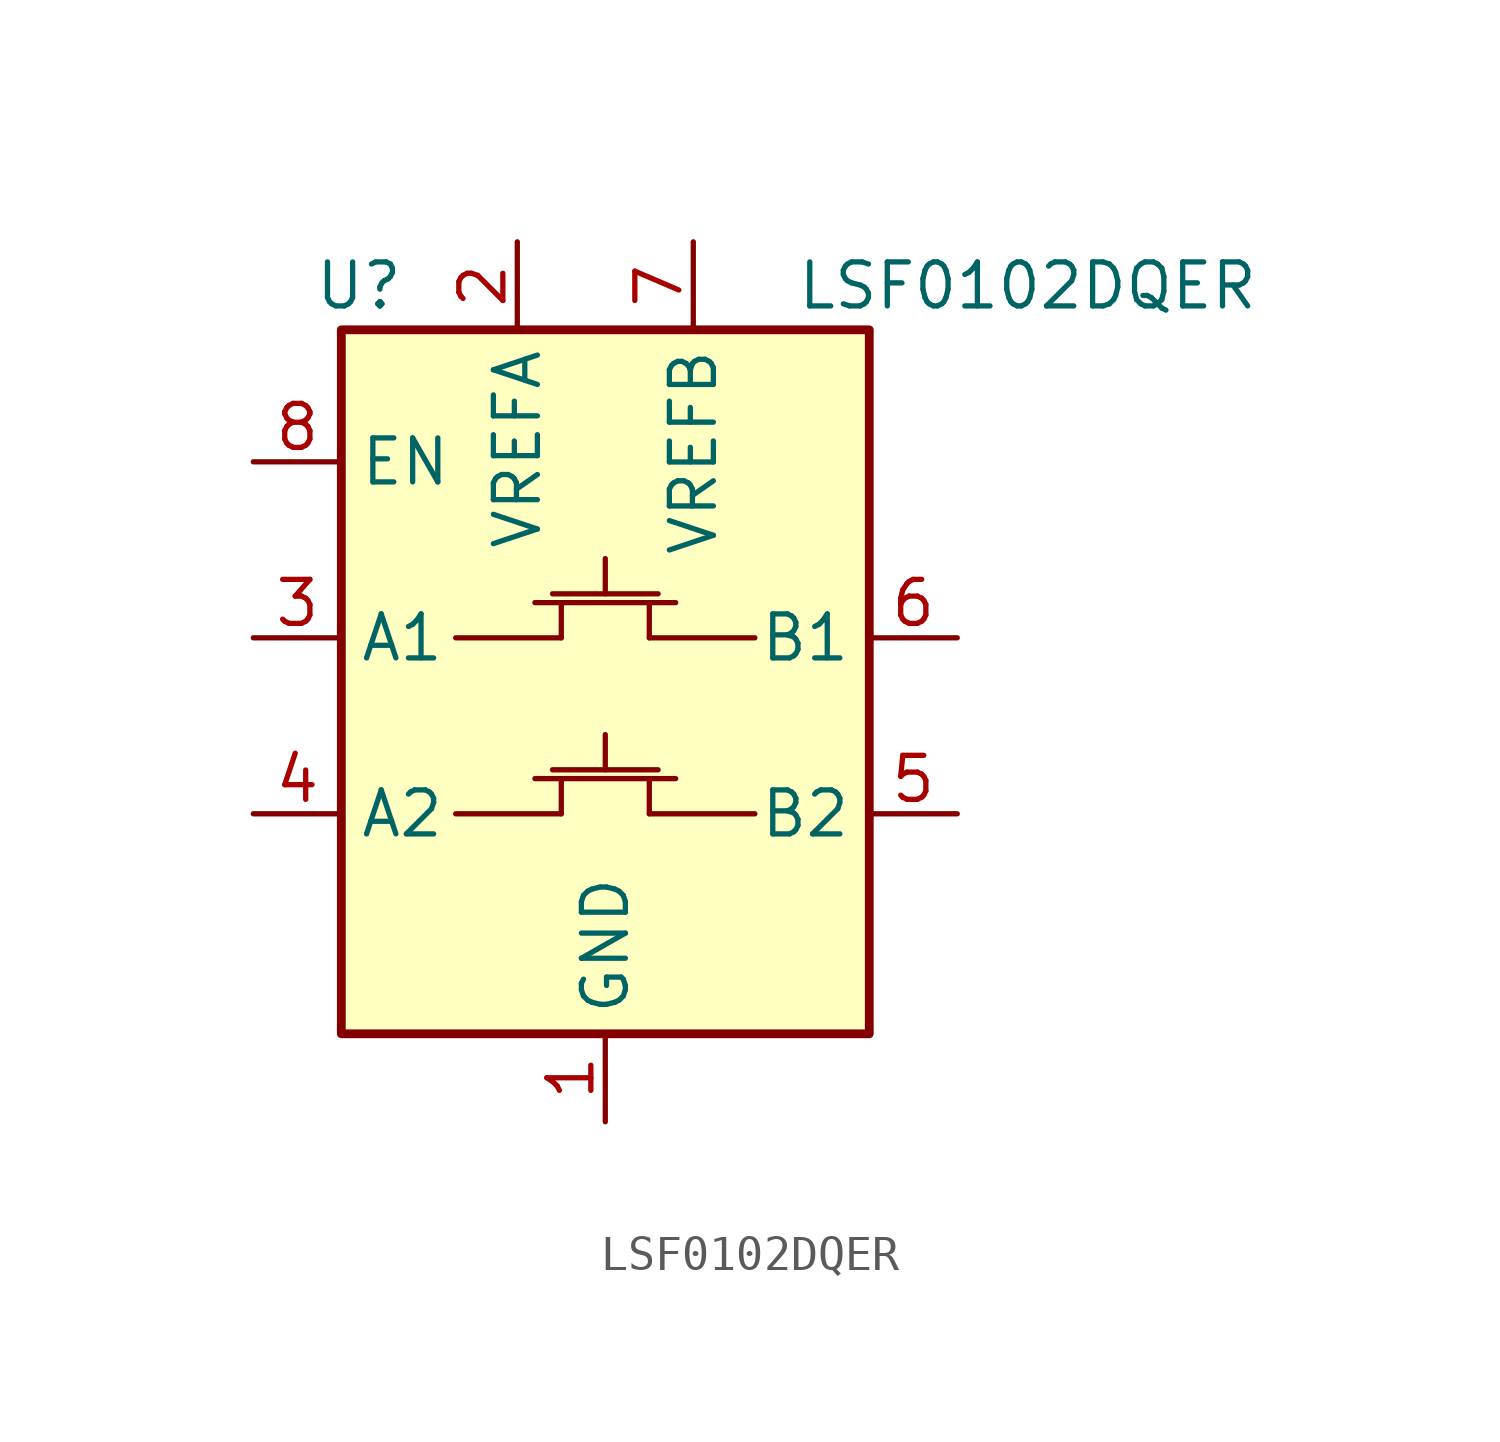
<source format=kicad_sym>
(kicad_symbol_lib
  (version 20241209)
  (generator "kicad_symbol_editor")
  (generator_version "9.0")
  (symbol "LSF0102DQER"
    (property "Reference" "U"
      (at -7.112 38.1 0)
      (effects (font (size 1.27 1.27))))
    (property "Value" "LSF0102DQER"
      (at 12.192 38.1 0)
      (effects (font (size 1.27 1.27))))
    (symbol "LSF0102DQER_0_1"
      (rectangle (start -7.62 36.83) (end 7.62 16.51) (stroke (width 0.254) (type default)) (fill (type background)))
      (polyline (pts (xy -4.318 22.86) (xy -1.27 22.86)) (stroke (width 0) (type default)) (fill (type none)))
      (polyline (pts (xy -2.032 23.876) (xy 2.032 23.876)) (stroke (width 0) (type default)) (fill (type none)))
      (polyline (pts (xy -1.524 24.13) (xy 1.524 24.13)) (stroke (width 0) (type default)) (fill (type none)))
      (polyline (pts (xy -1.27 22.86) (xy -1.27 23.876)) (stroke (width 0) (type default)) (fill (type none)))
      (polyline (pts (xy 0 24.13) (xy 0 25.146)) (stroke (width 0) (type default)) (fill (type none)))
      (polyline (pts (xy 1.27 22.86) (xy 1.27 23.876)) (stroke (width 0) (type default)) (fill (type none)))
      (polyline (pts (xy 4.318 22.86) (xy 1.27 22.86)) (stroke (width 0) (type default)) (fill (type none))))
    (symbol "LSF0102DQER_1_1"
      (polyline (pts (xy -4.318 27.94) (xy -1.27 27.94)) (stroke (width 0) (type default)) (fill (type none)))
      (polyline (pts (xy -2.032 28.956) (xy 2.032 28.956)) (stroke (width 0) (type default)) (fill (type none)))
      (polyline (pts (xy -1.524 29.21) (xy 1.524 29.21)) (stroke (width 0) (type default)) (fill (type none)))
      (polyline (pts (xy -1.27 27.94) (xy -1.27 28.956)) (stroke (width 0) (type default)) (fill (type none)))
      (polyline (pts (xy 0 29.21) (xy 0 30.226)) (stroke (width 0) (type default)) (fill (type none)))
      (polyline (pts (xy 1.27 27.94) (xy 1.27 28.956)) (stroke (width 0) (type default)) (fill (type none)))
      (polyline (pts (xy 4.318 27.94) (xy 1.27 27.94)) (stroke (width 0) (type default)) (fill (type none)))
      (pin input line (at -10.16 33.02 0) (length 2.54) (name "EN" (effects (font (size 1.27 1.27)))) (number "8" (effects (font (size 1.27 1.27)))))
      (pin bidirectional line (at -10.16 27.94 0) (length 2.54) (name "A1" (effects (font (size 1.27 1.27)))) (number "3" (effects (font (size 1.27 1.27)))))
      (pin bidirectional line (at -10.16 22.86 0) (length 2.54) (name "A2" (effects (font (size 1.27 1.27)))) (number "4" (effects (font (size 1.27 1.27)))))
      (pin power_in line (at -2.54 39.37 270) (length 2.54) (name "VREFA" (effects (font (size 1.27 1.27)))) (number "2" (effects (font (size 1.27 1.27)))))
      (pin power_in line (at 0 13.97 90) (length 2.54) (name "GND" (effects (font (size 1.27 1.27)))) (number "1" (effects (font (size 1.27 1.27)))))
      (pin power_in line (at 2.54 39.37 270) (length 2.54) (name "VREFB" (effects (font (size 1.27 1.27)))) (number "7" (effects (font (size 1.27 1.27)))))
      (pin bidirectional line (at 10.16 27.94 180) (length 2.54) (name "B1" (effects (font (size 1.27 1.27)))) (number "6" (effects (font (size 1.27 1.27)))))
      (pin bidirectional line (at 10.16 22.86 180) (length 2.54) (name "B2" (effects (font (size 1.27 1.27)))) (number "5" (effects (font (size 1.27 1.27))))))))
</source>
